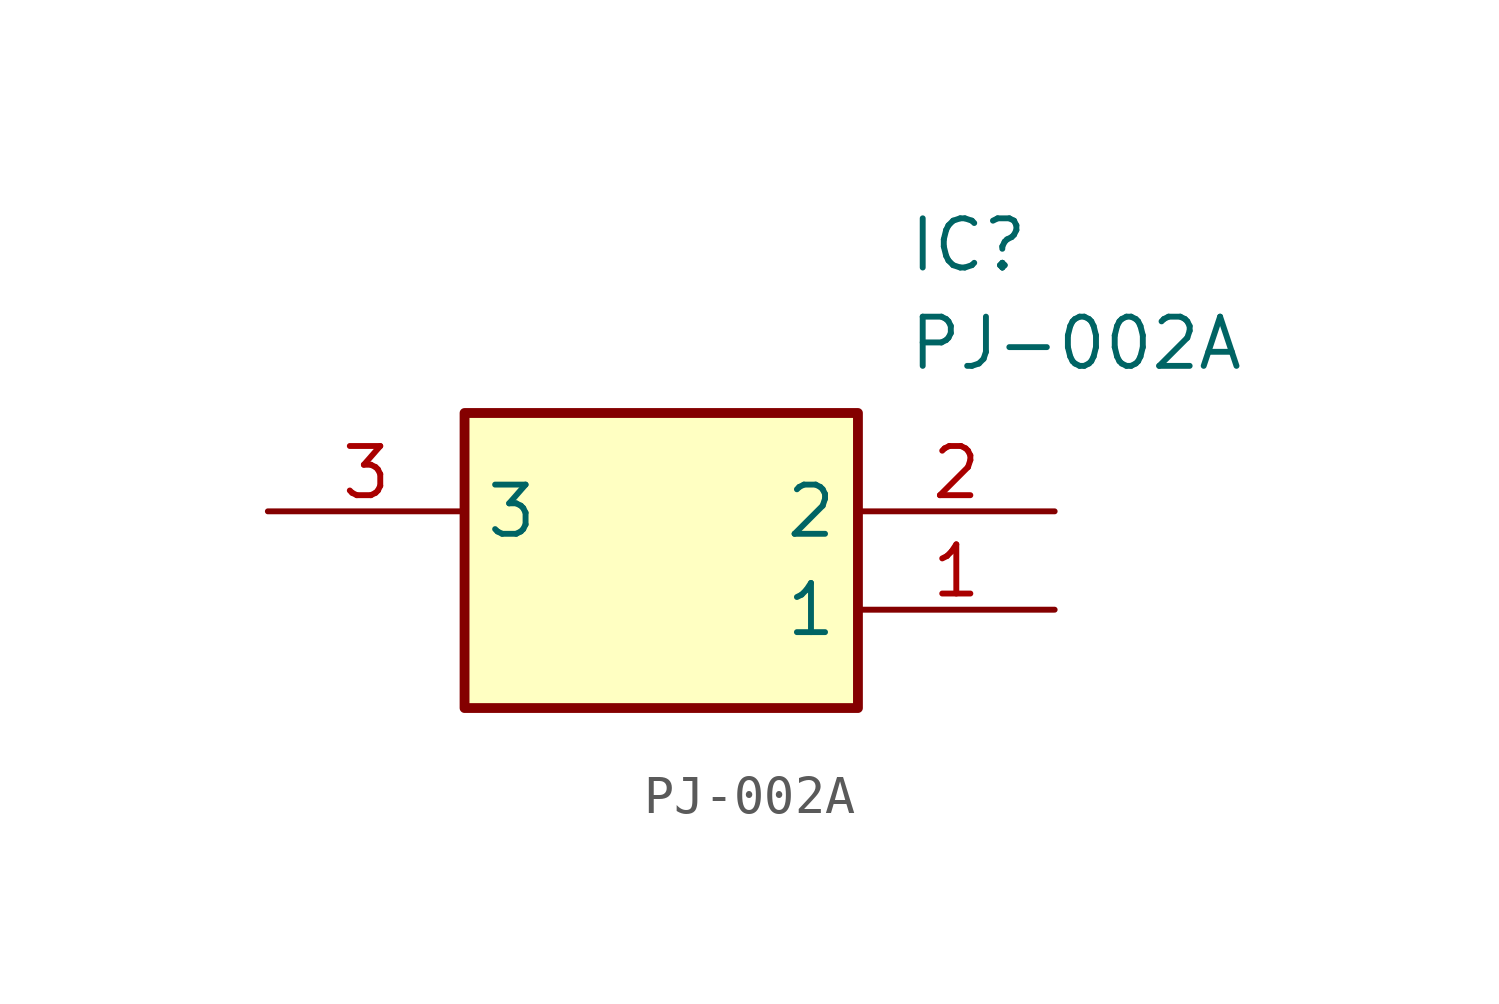
<source format=kicad_sym>
(kicad_symbol_lib
  (version 20211014)
  (generator SamacSys_ECAD_Model)
  (symbol "PJ-002A"
    (property "Reference" "IC"
      (at 16.51 7.62 0)
      (effects (font (size 1.27 1.27)) (justify left top)))
    (property "Value" "PJ-002A"
      (at 16.51 5.08 0)
      (effects (font (size 1.27 1.27)) (justify left top)))
    (rectangle
      (start 5.08 2.54)
      (end 15.24 -5.08)
      (stroke (width 0.254) (type default))
      (fill (type background)))
    (pin passive line
      (at 20.32 -2.54 180)
      (length 5.08)
      (name "1" (effects (font (size 1.27 1.27))))
      (number "1" (effects (font (size 1.27 1.27)))))
    (pin passive line
      (at 20.32 0 180)
      (length 5.08)
      (name "2" (effects (font (size 1.27 1.27))))
      (number "2" (effects (font (size 1.27 1.27)))))
    (pin passive line
      (at 0 0 0)
      (length 5.08)
      (name "3" (effects (font (size 1.27 1.27))))
      (number "3" (effects (font (size 1.27 1.27)))))))
</source>
